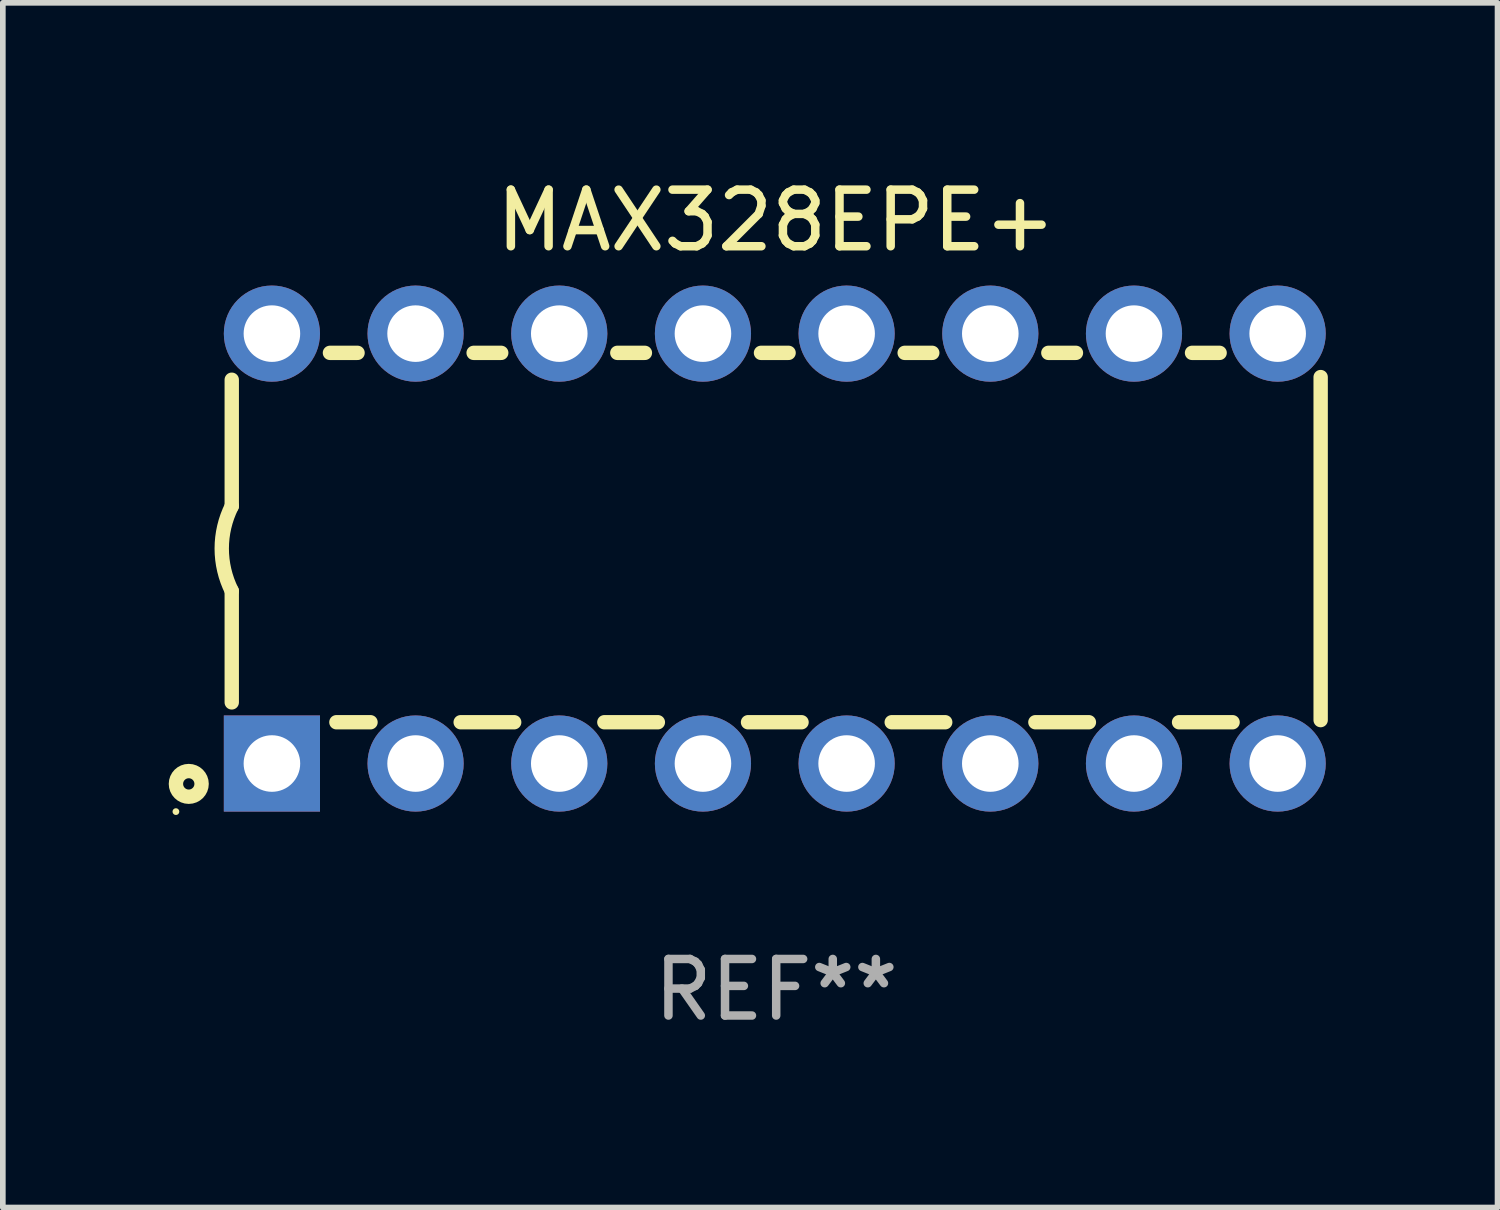
<source format=kicad_pcb>
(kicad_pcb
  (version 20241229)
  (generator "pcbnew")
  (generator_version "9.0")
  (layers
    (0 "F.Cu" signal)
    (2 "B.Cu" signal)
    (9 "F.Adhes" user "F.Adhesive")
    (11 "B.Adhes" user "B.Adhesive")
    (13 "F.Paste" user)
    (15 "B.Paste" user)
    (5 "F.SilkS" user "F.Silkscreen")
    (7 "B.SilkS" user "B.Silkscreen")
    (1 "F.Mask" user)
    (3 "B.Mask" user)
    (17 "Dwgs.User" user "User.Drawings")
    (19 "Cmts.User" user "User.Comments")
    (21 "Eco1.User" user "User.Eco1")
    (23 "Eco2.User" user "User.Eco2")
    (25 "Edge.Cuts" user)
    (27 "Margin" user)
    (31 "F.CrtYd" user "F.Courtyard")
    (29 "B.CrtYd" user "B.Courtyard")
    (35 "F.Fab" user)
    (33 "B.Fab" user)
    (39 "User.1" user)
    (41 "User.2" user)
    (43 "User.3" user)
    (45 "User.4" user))
  (footprint "MAX328EPE+"
    (layer "F.Cu")
    (at 10.672 6.648)
    (property "Reference" "MAX328EPE+" (at 0 -5.8 0) (layer "F.SilkS") (effects (font (size 1 1) (thickness 0.15))))
    (attr through_hole)
    (fp_line (start -9.625 -0.75) (end -9.625 -2.985) (stroke (width 0.254) (type solid)) (layer "F.SilkS"))
    (fp_line (start -9.625 0.749) (end -9.625 2.719) (stroke (width 0.254) (type solid)) (layer "F.SilkS"))
    (fp_line (start -7.889 -3.46) (end -7.401 -3.46) (stroke (width 0.254) (type solid)) (layer "F.SilkS"))
    (fp_line (start -7.775 3.07) (end -7.172 3.07) (stroke (width 0.254) (type solid)) (layer "F.SilkS"))
    (fp_line (start -5.578 3.07) (end -4.632 3.07) (stroke (width 0.254) (type solid)) (layer "F.SilkS"))
    (fp_line (start -5.349 -3.46) (end -4.861 -3.46) (stroke (width 0.254) (type solid)) (layer "F.SilkS"))
    (fp_line (start -3.038 3.07) (end -2.092 3.07) (stroke (width 0.254) (type solid)) (layer "F.SilkS"))
    (fp_line (start -2.809 -3.46) (end -2.321 -3.46) (stroke (width 0.254) (type solid)) (layer "F.SilkS"))
    (fp_line (start -0.498 3.07) (end 0.448 3.07) (stroke (width 0.254) (type solid)) (layer "F.SilkS"))
    (fp_line (start -0.269 -3.46) (end 0.219 -3.46) (stroke (width 0.254) (type solid)) (layer "F.SilkS"))
    (fp_line (start 2.042 3.07) (end 2.988 3.07) (stroke (width 0.254) (type solid)) (layer "F.SilkS"))
    (fp_line (start 2.271 -3.46) (end 2.759 -3.46) (stroke (width 0.254) (type solid)) (layer "F.SilkS"))
    (fp_line (start 4.582 3.07) (end 5.528 3.07) (stroke (width 0.254) (type solid)) (layer "F.SilkS"))
    (fp_line (start 4.811 -3.46) (end 5.299 -3.46) (stroke (width 0.254) (type solid)) (layer "F.SilkS"))
    (fp_line (start 7.122 3.07) (end 8.068 3.07) (stroke (width 0.254) (type solid)) (layer "F.SilkS"))
    (fp_line (start 7.351 -3.46) (end 7.839 -3.46) (stroke (width 0.254) (type solid)) (layer "F.SilkS"))
    (fp_line (start 9.625 3.032) (end 9.625 -3.032) (stroke (width 0.254) (type solid)) (layer "F.SilkS"))
    (fp_arc (start -9.62498 0.748819) (mid -9.801899 -0.000581) (end -9.625006 -0.749987) (stroke (width 0.254001) (type solid)) (layer "F.SilkS"))
    (fp_circle (center -10.612 4.65) (end -10.582 4.65) (stroke (width 0.06) (type solid)) (fill no) (layer "F.SilkS"))
    (fp_circle (center -10.385 4.16) (end -10.285 4.16) (stroke (width 0.254) (type solid)) (fill no) (layer "F.SilkS"))
    (fp_text user "REF**" (at 0 7.8 0) (layer "F.Fab") (effects (font (size 1 1) (thickness 0.15))))
    (pad "1" thru_hole rect (at -8.915 3.8 90) (size 1.7 1.7) (drill 1) (layers "*.Cu" "*.Mask"))
    (pad "2" thru_hole circle (at -6.375 3.8) (size 1.7 1.7) (drill 1) (layers "*.Cu" "*.Mask"))
    (pad "3" thru_hole circle (at -3.835 3.8) (size 1.7 1.7) (drill 1) (layers "*.Cu" "*.Mask"))
    (pad "4" thru_hole circle (at -1.295 3.8) (size 1.7 1.7) (drill 1) (layers "*.Cu" "*.Mask"))
    (pad "5" thru_hole circle (at 1.245 3.8) (size 1.7 1.7) (drill 1) (layers "*.Cu" "*.Mask"))
    (pad "6" thru_hole circle (at 3.785 3.8) (size 1.7 1.7) (drill 1) (layers "*.Cu" "*.Mask"))
    (pad "7" thru_hole circle (at 6.325 3.8) (size 1.7 1.7) (drill 1) (layers "*.Cu" "*.Mask"))
    (pad "8" thru_hole circle (at 8.865 3.8) (size 1.7 1.7) (drill 1) (layers "*.Cu" "*.Mask"))
    (pad "9" thru_hole circle (at 8.865 -3.8) (size 1.7 1.7) (drill 1) (layers "*.Cu" "*.Mask"))
    (pad "10" thru_hole circle (at 6.325 -3.8) (size 1.7 1.7) (drill 1) (layers "*.Cu" "*.Mask"))
    (pad "11" thru_hole circle (at 3.785 -3.8) (size 1.7 1.7) (drill 1) (layers "*.Cu" "*.Mask"))
    (pad "12" thru_hole circle (at 1.245 -3.8) (size 1.7 1.7) (drill 1) (layers "*.Cu" "*.Mask"))
    (pad "13" thru_hole circle (at -1.295 -3.8) (size 1.7 1.7) (drill 1) (layers "*.Cu" "*.Mask"))
    (pad "14" thru_hole circle (at -3.835 -3.8) (size 1.7 1.7) (drill 1) (layers "*.Cu" "*.Mask"))
    (pad "15" thru_hole circle (at -6.375 -3.8) (size 1.7 1.7) (drill 1) (layers "*.Cu" "*.Mask"))
    (pad "16" thru_hole circle (at -8.915 -3.8) (size 1.7 1.7) (drill 1) (layers "*.Cu" "*.Mask")))
  (gr_rect
    (start -3 -3)
    (end 23.424 18.297)
    (stroke (width 0.1) (type default))
    (fill no)
    (layer "Edge.Cuts")))
</source>
